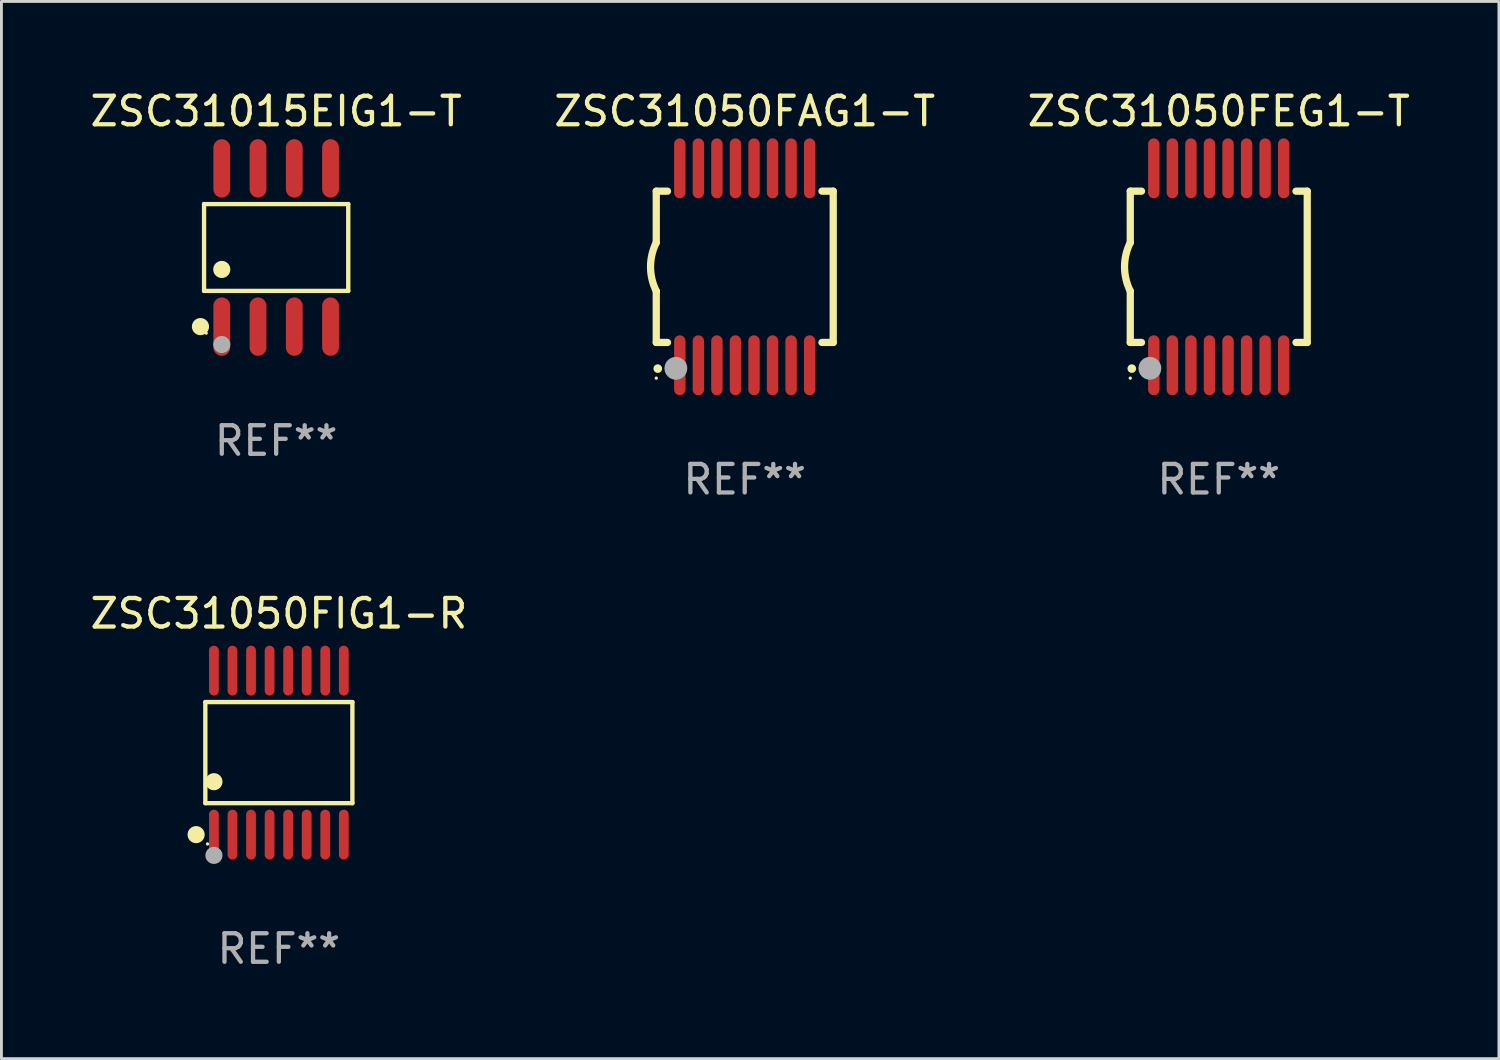
<source format=kicad_pcb>
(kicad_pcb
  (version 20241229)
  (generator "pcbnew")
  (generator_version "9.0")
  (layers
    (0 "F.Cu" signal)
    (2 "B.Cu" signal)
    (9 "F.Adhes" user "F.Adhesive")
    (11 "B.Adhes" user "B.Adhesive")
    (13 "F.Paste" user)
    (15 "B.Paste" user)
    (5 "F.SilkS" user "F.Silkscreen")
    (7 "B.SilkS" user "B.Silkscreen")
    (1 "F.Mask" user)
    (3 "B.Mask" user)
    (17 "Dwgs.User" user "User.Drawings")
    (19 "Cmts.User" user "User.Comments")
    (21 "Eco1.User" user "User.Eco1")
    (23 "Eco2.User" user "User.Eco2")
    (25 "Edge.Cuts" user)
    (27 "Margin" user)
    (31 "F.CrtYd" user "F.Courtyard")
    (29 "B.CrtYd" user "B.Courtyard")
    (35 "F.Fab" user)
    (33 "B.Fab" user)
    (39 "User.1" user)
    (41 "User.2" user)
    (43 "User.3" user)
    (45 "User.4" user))
  (footprint "ZSC31015EIG1-T"
    (layer "F.Cu")
    (at 6.625 5.621)
    (property "Reference" "ZSC31015EIG1-T" (at 0 -4.772 0) (layer "F.SilkS") (effects (font (size 1 1) (thickness 0.15))))
    (attr through_hole)
    (fp_line (start -2.526 -1.521) (end 2.526 -1.521) (stroke (width 0.152) (type solid)) (layer "F.SilkS"))
    (fp_line (start -2.526 1.521) (end -2.526 -1.521) (stroke (width 0.152) (type solid)) (layer "F.SilkS"))
    (fp_line (start 2.526 -1.521) (end 2.526 1.521) (stroke (width 0.152) (type solid)) (layer "F.SilkS"))
    (fp_line (start 2.526 1.521) (end -2.526 1.521) (stroke (width 0.152) (type solid)) (layer "F.SilkS"))
    (fp_circle (center -2.652 2.772) (end -2.501 2.772) (stroke (width 0.3) (type solid)) (fill no) (layer "F.SilkS"))
    (fp_circle (center -2.45 3) (end -2.42 3) (stroke (width 0.06) (type solid)) (fill no) (layer "F.SilkS"))
    (fp_circle (center -1.905 0.769) (end -1.755 0.769) (stroke (width 0.3) (type solid)) (fill no) (layer "F.SilkS"))
    (fp_circle (center -1.905 3.4) (end -1.755 3.4) (stroke (width 0.3) (type solid)) (fill no) (layer "F.Fab"))
    (fp_text user "REF**" (at 0 6.772 0) (layer "F.Fab") (effects (font (size 1 1) (thickness 0.15))))
    (pad "1" smd oval (at -1.905 2.772) (size 0.588 2.045) (layers "F.Cu" "F.Mask" "F.Paste"))
    (pad "2" smd oval (at -0.635 2.772) (size 0.588 2.045) (layers "F.Cu" "F.Mask" "F.Paste"))
    (pad "3" smd oval (at 0.635 2.772) (size 0.588 2.045) (layers "F.Cu" "F.Mask" "F.Paste"))
    (pad "4" smd oval (at 1.905 2.772) (size 0.588 2.045) (layers "F.Cu" "F.Mask" "F.Paste"))
    (pad "5" smd oval (at 1.905 -2.772) (size 0.588 2.045) (layers "F.Cu" "F.Mask" "F.Paste"))
    (pad "6" smd oval (at 0.635 -2.772) (size 0.588 2.045) (layers "F.Cu" "F.Mask" "F.Paste"))
    (pad "7" smd oval (at -0.635 -2.772) (size 0.588 2.045) (layers "F.Cu" "F.Mask" "F.Paste"))
    (pad "8" smd oval (at -1.905 -2.772) (size 0.588 2.045) (layers "F.Cu" "F.Mask" "F.Paste")))
  (footprint "ZSC31050FAG1-T"
    (layer "F.Cu")
    (at 23.042 6.298)
    (property "Reference" "ZSC31050FAG1-T" (at 0 -5.45 0) (layer "F.SilkS") (effects (font (size 1 1) (thickness 0.15))))
    (attr through_hole)
    (fp_line (start -3.1 -2.65) (end -3.1 -0.85) (stroke (width 0.254) (type solid)) (layer "F.SilkS"))
    (fp_line (start -3.1 -2.65) (end -2.706 -2.65) (stroke (width 0.254) (type solid)) (layer "F.SilkS"))
    (fp_line (start -3.1 2.65) (end -3.1 0.85) (stroke (width 0.254) (type solid)) (layer "F.SilkS"))
    (fp_line (start -3.1 2.65) (end -2.706 2.65) (stroke (width 0.254) (type solid)) (layer "F.SilkS"))
    (fp_line (start 2.706 -2.65) (end 3.1 -2.65) (stroke (width 0.254) (type solid)) (layer "F.SilkS"))
    (fp_line (start 2.706 2.65) (end 3.1 2.65) (stroke (width 0.254) (type solid)) (layer "F.SilkS"))
    (fp_line (start 3.1 -2.65) (end 3.1 2.65) (stroke (width 0.254) (type solid)) (layer "F.SilkS"))
    (fp_arc (start -3.098907 0.850902) (mid -3.300057 0.000523) (end -3.1 -0.850114) (stroke (width 0.254001) (type solid)) (layer "F.SilkS"))
    (fp_arc (start -3.048006 3.566066) (mid -3.046736 3.566061) (end -3.045466 3.566066) (stroke (width 0.3) (type solid)) (layer "F.SilkS"))
    (fp_circle (center -3.1 3.9) (end -3.07 3.9) (stroke (width 0.06) (type solid)) (fill no) (layer "F.SilkS"))
    (fp_circle (center -2.413 3.556) (end -2.213 3.556) (stroke (width 0.4) (type solid)) (fill no) (layer "F.Fab"))
    (fp_text user "REF**" (at 0 7.45 0) (layer "F.Fab") (effects (font (size 1 1) (thickness 0.15))))
    (pad "1" smd oval (at -2.275 3.45 180) (size 0.4 2.1) (layers "F.Cu" "F.Mask" "F.Paste"))
    (pad "2" smd oval (at -1.625 3.45 180) (size 0.4 2.1) (layers "F.Cu" "F.Mask" "F.Paste"))
    (pad "3" smd oval (at -0.975 3.45 180) (size 0.4 2.1) (layers "F.Cu" "F.Mask" "F.Paste"))
    (pad "4" smd oval (at -0.325 3.45 180) (size 0.4 2.1) (layers "F.Cu" "F.Mask" "F.Paste"))
    (pad "5" smd oval (at 0.325 3.45 180) (size 0.4 2.1) (layers "F.Cu" "F.Mask" "F.Paste"))
    (pad "6" smd oval (at 0.975 3.45 180) (size 0.4 2.1) (layers "F.Cu" "F.Mask" "F.Paste"))
    (pad "7" smd oval (at 1.625 3.45 180) (size 0.4 2.1) (layers "F.Cu" "F.Mask" "F.Paste"))
    (pad "8" smd oval (at 2.275 3.45 180) (size 0.4 2.1) (layers "F.Cu" "F.Mask" "F.Paste"))
    (pad "9" smd oval (at 2.275 -3.45 180) (size 0.4 2.1) (layers "F.Cu" "F.Mask" "F.Paste"))
    (pad "10" smd oval (at 1.625 -3.45 180) (size 0.4 2.1) (layers "F.Cu" "F.Mask" "F.Paste"))
    (pad "11" smd oval (at 0.975 -3.45 180) (size 0.4 2.1) (layers "F.Cu" "F.Mask" "F.Paste"))
    (pad "12" smd oval (at 0.325 -3.45 180) (size 0.4 2.1) (layers "F.Cu" "F.Mask" "F.Paste"))
    (pad "13" smd oval (at -0.325 -3.45 180) (size 0.4 2.1) (layers "F.Cu" "F.Mask" "F.Paste"))
    (pad "14" smd oval (at -0.975 -3.45 180) (size 0.4 2.1) (layers "F.Cu" "F.Mask" "F.Paste"))
    (pad "15" smd oval (at -1.625 -3.45 180) (size 0.4 2.1) (layers "F.Cu" "F.Mask" "F.Paste"))
    (pad "16" smd oval (at -2.275 -3.45 180) (size 0.4 2.1) (layers "F.Cu" "F.Mask" "F.Paste")))
  (footprint "ZSC31050FEG1-T"
    (layer "F.Cu")
    (at 39.649 6.298)
    (property "Reference" "ZSC31050FEG1-T" (at 0 -5.45 0) (layer "F.SilkS") (effects (font (size 1 1) (thickness 0.15))))
    (attr through_hole)
    (fp_line (start -3.1 -2.65) (end -3.1 -0.85) (stroke (width 0.254) (type solid)) (layer "F.SilkS"))
    (fp_line (start -3.1 -2.65) (end -2.706 -2.65) (stroke (width 0.254) (type solid)) (layer "F.SilkS"))
    (fp_line (start -3.1 2.65) (end -3.1 0.85) (stroke (width 0.254) (type solid)) (layer "F.SilkS"))
    (fp_line (start -3.1 2.65) (end -2.706 2.65) (stroke (width 0.254) (type solid)) (layer "F.SilkS"))
    (fp_line (start 2.706 -2.65) (end 3.1 -2.65) (stroke (width 0.254) (type solid)) (layer "F.SilkS"))
    (fp_line (start 2.706 2.65) (end 3.1 2.65) (stroke (width 0.254) (type solid)) (layer "F.SilkS"))
    (fp_line (start 3.1 -2.65) (end 3.1 2.65) (stroke (width 0.254) (type solid)) (layer "F.SilkS"))
    (fp_arc (start -3.098907 0.850902) (mid -3.300057 0.000523) (end -3.1 -0.850114) (stroke (width 0.254001) (type solid)) (layer "F.SilkS"))
    (fp_arc (start -3.048006 3.566066) (mid -3.046736 3.566061) (end -3.045466 3.566066) (stroke (width 0.3) (type solid)) (layer "F.SilkS"))
    (fp_circle (center -3.1 3.9) (end -3.07 3.9) (stroke (width 0.06) (type solid)) (fill no) (layer "F.SilkS"))
    (fp_circle (center -2.413 3.556) (end -2.213 3.556) (stroke (width 0.4) (type solid)) (fill no) (layer "F.Fab"))
    (fp_text user "REF**" (at 0 7.45 0) (layer "F.Fab") (effects (font (size 1 1) (thickness 0.15))))
    (pad "1" smd oval (at -2.275 3.45 180) (size 0.4 2.1) (layers "F.Cu" "F.Mask" "F.Paste"))
    (pad "2" smd oval (at -1.625 3.45 180) (size 0.4 2.1) (layers "F.Cu" "F.Mask" "F.Paste"))
    (pad "3" smd oval (at -0.975 3.45 180) (size 0.4 2.1) (layers "F.Cu" "F.Mask" "F.Paste"))
    (pad "4" smd oval (at -0.325 3.45 180) (size 0.4 2.1) (layers "F.Cu" "F.Mask" "F.Paste"))
    (pad "5" smd oval (at 0.325 3.45 180) (size 0.4 2.1) (layers "F.Cu" "F.Mask" "F.Paste"))
    (pad "6" smd oval (at 0.975 3.45 180) (size 0.4 2.1) (layers "F.Cu" "F.Mask" "F.Paste"))
    (pad "7" smd oval (at 1.625 3.45 180) (size 0.4 2.1) (layers "F.Cu" "F.Mask" "F.Paste"))
    (pad "8" smd oval (at 2.275 3.45 180) (size 0.4 2.1) (layers "F.Cu" "F.Mask" "F.Paste"))
    (pad "9" smd oval (at 2.275 -3.45 180) (size 0.4 2.1) (layers "F.Cu" "F.Mask" "F.Paste"))
    (pad "10" smd oval (at 1.625 -3.45 180) (size 0.4 2.1) (layers "F.Cu" "F.Mask" "F.Paste"))
    (pad "11" smd oval (at 0.975 -3.45 180) (size 0.4 2.1) (layers "F.Cu" "F.Mask" "F.Paste"))
    (pad "12" smd oval (at 0.325 -3.45 180) (size 0.4 2.1) (layers "F.Cu" "F.Mask" "F.Paste"))
    (pad "13" smd oval (at -0.325 -3.45 180) (size 0.4 2.1) (layers "F.Cu" "F.Mask" "F.Paste"))
    (pad "14" smd oval (at -0.975 -3.45 180) (size 0.4 2.1) (layers "F.Cu" "F.Mask" "F.Paste"))
    (pad "15" smd oval (at -1.625 -3.45 180) (size 0.4 2.1) (layers "F.Cu" "F.Mask" "F.Paste"))
    (pad "16" smd oval (at -2.275 -3.45 180) (size 0.4 2.1) (layers "F.Cu" "F.Mask" "F.Paste")))
  (footprint "ZSC31050FIG1-R"
    (layer "F.Cu")
    (at 6.72 23.318)
    (property "Reference" "ZSC31050FIG1-R" (at 0 -4.873 0) (layer "F.SilkS") (effects (font (size 1 1) (thickness 0.15))))
    (attr through_hole)
    (fp_line (start -2.576 -1.771) (end 2.576 -1.771) (stroke (width 0.152) (type solid)) (layer "F.SilkS"))
    (fp_line (start -2.576 1.771) (end -2.576 -1.771) (stroke (width 0.152) (type solid)) (layer "F.SilkS"))
    (fp_line (start 2.576 -1.771) (end 2.576 1.771) (stroke (width 0.152) (type solid)) (layer "F.SilkS"))
    (fp_line (start 2.576 1.771) (end -2.576 1.771) (stroke (width 0.152) (type solid)) (layer "F.SilkS"))
    (fp_circle (center -2.899 2.873) (end -2.749 2.873) (stroke (width 0.3) (type solid)) (fill no) (layer "F.SilkS"))
    (fp_circle (center -2.5 3.2) (end -2.47 3.2) (stroke (width 0.06) (type solid)) (fill no) (layer "F.SilkS"))
    (fp_circle (center -2.275 1.019) (end -2.125 1.019) (stroke (width 0.3) (type solid)) (fill no) (layer "F.SilkS"))
    (fp_circle (center -2.275 3.6) (end -2.125 3.6) (stroke (width 0.3) (type solid)) (fill no) (layer "F.Fab"))
    (fp_text user "REF**" (at 0 6.873 0) (layer "F.Fab") (effects (font (size 1 1) (thickness 0.15))))
    (pad "1" smd oval (at -2.275 2.873) (size 0.343 1.747) (layers "F.Cu" "F.Mask" "F.Paste"))
    (pad "2" smd oval (at -1.625 2.873) (size 0.343 1.747) (layers "F.Cu" "F.Mask" "F.Paste"))
    (pad "3" smd oval (at -0.975 2.873) (size 0.343 1.747) (layers "F.Cu" "F.Mask" "F.Paste"))
    (pad "4" smd oval (at -0.325 2.873) (size 0.343 1.747) (layers "F.Cu" "F.Mask" "F.Paste"))
    (pad "5" smd oval (at 0.325 2.873) (size 0.343 1.747) (layers "F.Cu" "F.Mask" "F.Paste"))
    (pad "6" smd oval (at 0.975 2.873) (size 0.343 1.747) (layers "F.Cu" "F.Mask" "F.Paste"))
    (pad "7" smd oval (at 1.625 2.873) (size 0.343 1.747) (layers "F.Cu" "F.Mask" "F.Paste"))
    (pad "8" smd oval (at 2.275 2.873) (size 0.343 1.747) (layers "F.Cu" "F.Mask" "F.Paste"))
    (pad "9" smd oval (at 2.275 -2.873) (size 0.343 1.747) (layers "F.Cu" "F.Mask" "F.Paste"))
    (pad "10" smd oval (at 1.625 -2.873) (size 0.343 1.747) (layers "F.Cu" "F.Mask" "F.Paste"))
    (pad "11" smd oval (at 0.975 -2.873) (size 0.343 1.747) (layers "F.Cu" "F.Mask" "F.Paste"))
    (pad "12" smd oval (at 0.325 -2.873) (size 0.343 1.747) (layers "F.Cu" "F.Mask" "F.Paste"))
    (pad "13" smd oval (at -0.325 -2.873) (size 0.343 1.747) (layers "F.Cu" "F.Mask" "F.Paste"))
    (pad "14" smd oval (at -0.975 -2.873) (size 0.343 1.747) (layers "F.Cu" "F.Mask" "F.Paste"))
    (pad "15" smd oval (at -1.625 -2.873) (size 0.343 1.747) (layers "F.Cu" "F.Mask" "F.Paste"))
    (pad "16" smd oval (at -2.275 -2.873) (size 0.343 1.747) (layers "F.Cu" "F.Mask" "F.Paste")))
  (gr_rect
    (start -3 -3)
    (end 49.464 34.04)
    (stroke (width 0.1) (type default))
    (fill no)
    (layer "Edge.Cuts")))
</source>
